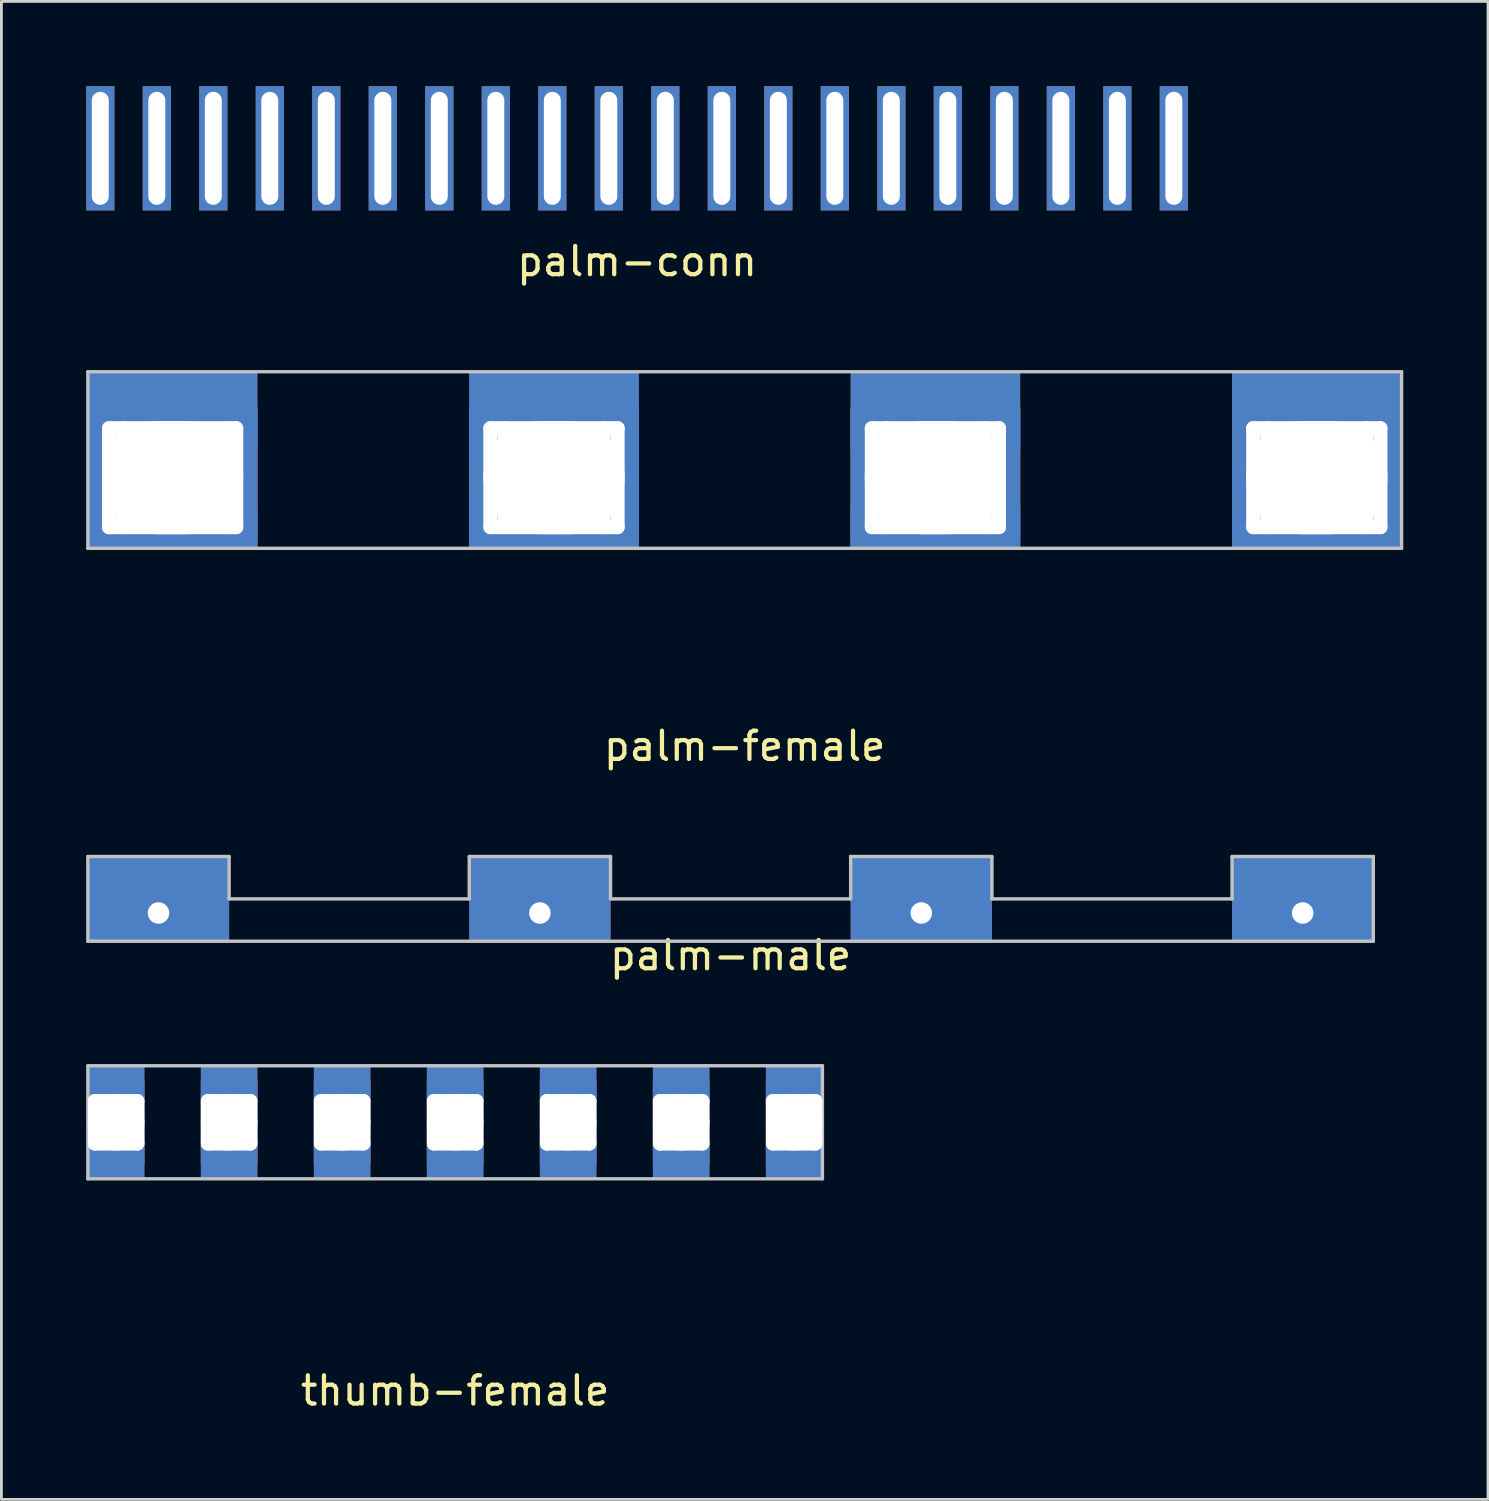
<source format=kicad_pcb>
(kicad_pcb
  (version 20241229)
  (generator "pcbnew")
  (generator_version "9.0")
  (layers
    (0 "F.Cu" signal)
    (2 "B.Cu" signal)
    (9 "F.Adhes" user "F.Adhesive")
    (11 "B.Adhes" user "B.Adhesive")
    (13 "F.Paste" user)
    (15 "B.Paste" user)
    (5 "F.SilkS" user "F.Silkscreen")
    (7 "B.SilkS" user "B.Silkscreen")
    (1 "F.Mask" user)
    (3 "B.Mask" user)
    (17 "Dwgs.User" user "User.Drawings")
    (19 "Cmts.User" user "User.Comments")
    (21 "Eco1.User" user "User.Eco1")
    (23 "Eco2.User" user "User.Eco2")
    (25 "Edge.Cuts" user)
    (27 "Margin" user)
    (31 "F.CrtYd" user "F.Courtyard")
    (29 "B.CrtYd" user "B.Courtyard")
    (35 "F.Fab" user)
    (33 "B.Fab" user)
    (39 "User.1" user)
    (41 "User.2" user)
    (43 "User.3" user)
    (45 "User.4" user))
  (footprint "palm-female"
    (layer "F.Cu")
    (at 23.31 13.858)
    (property "Reference" "palm-female" (at 0 9.5 0) (layer "F.SilkS") (effects (font (size 1 1) (thickness 0.15))))
    (attr through_hole)
    (fp_line (start -23.25 -3.75) (end 23.25 -3.75) (stroke (width 0.12) (type solid)) (layer "Dwgs.User"))
    (fp_line (start -23.25 2.5) (end -23.25 -3.75) (stroke (width 0.12) (type solid)) (layer "Dwgs.User"))
    (fp_line (start 23.25 -3.75) (end 23.25 2.5) (stroke (width 0.12) (type solid)) (layer "Dwgs.User"))
    (fp_line (start 23.25 2.5) (end -23.25 2.5) (stroke (width 0.12) (type solid)) (layer "Dwgs.User"))
    (pad "1" thru_hole rect (at -22.5 0 90) (size 5 1.5) (drill oval 4 0.5) (layers "*.Cu" "*.Mask"))
    (pad "1" thru_hole rect (at -22 0 90) (size 5 1.5) (drill oval 4 0.5) (layers "*.Cu" "*.Mask"))
    (pad "1" thru_hole rect (at -20.25 -1.75) (size 6 1.5) (drill oval 5 0.5) (layers "*.Cu" "*.Mask"))
    (pad "1" thru_hole rect (at -20.25 0) (size 6 6) (drill oval 5 4 (offset 0 -0.75)) (layers "*.Cu" "*.Mask"))
    (pad "1" thru_hole rect (at -20.25 1.75) (size 6 1.5) (drill oval 5 0.5) (layers "*.Cu" "*.Mask"))
    (pad "1" thru_hole rect (at -18.25 0 90) (size 5 1.5) (drill oval 4 0.5) (layers "*.Cu" "*.Mask"))
    (pad "1" thru_hole rect (at -18 0 90) (size 5 1.5) (drill oval 4 0.5) (layers "*.Cu" "*.Mask"))
    (pad "2" thru_hole rect (at -9 0 90) (size 5 1.5) (drill oval 4 0.5) (layers "*.Cu" "*.Mask"))
    (pad "2" thru_hole rect (at -8.5 0 90) (size 5 1.5) (drill oval 4 0.5) (layers "*.Cu" "*.Mask"))
    (pad "2" thru_hole rect (at -6.75 -1.75) (size 6 1.5) (drill oval 5 0.5) (layers "*.Cu" "*.Mask"))
    (pad "2" thru_hole rect (at -6.75 0) (size 6 6) (drill oval 5 4 (offset 0 -0.75)) (layers "*.Cu" "*.Mask"))
    (pad "2" thru_hole rect (at -6.75 1.75) (size 6 1.5) (drill oval 5 0.5) (layers "*.Cu" "*.Mask"))
    (pad "2" thru_hole rect (at -5 0 90) (size 5 1.5) (drill oval 4 0.5) (layers "*.Cu" "*.Mask"))
    (pad "2" thru_hole rect (at -4.5 0 90) (size 5 1.5) (drill oval 4 0.5) (layers "*.Cu" "*.Mask"))
    (pad "3" thru_hole rect (at 4.5 0 90) (size 5 1.5) (drill oval 4 0.5) (layers "*.Cu" "*.Mask"))
    (pad "3" thru_hole rect (at 5 0 90) (size 5 1.5) (drill oval 4 0.5) (layers "*.Cu" "*.Mask"))
    (pad "3" thru_hole rect (at 6.75 -1.75) (size 6 1.5) (drill oval 5 0.5) (layers "*.Cu" "*.Mask"))
    (pad "3" thru_hole rect (at 6.75 0) (size 6 6) (drill oval 5 4 (offset 0 -0.75)) (layers "*.Cu" "*.Mask"))
    (pad "3" thru_hole rect (at 6.75 1.75) (size 6 1.5) (drill oval 5 0.5) (layers "*.Cu" "*.Mask"))
    (pad "3" thru_hole rect (at 8.5 0 90) (size 5 1.5) (drill oval 4 0.5) (layers "*.Cu" "*.Mask"))
    (pad "3" thru_hole rect (at 9 0 90) (size 5 1.5) (drill oval 4 0.5) (layers "*.Cu" "*.Mask"))
    (pad "4" thru_hole rect (at 18 0 90) (size 5 1.5) (drill oval 4 0.5) (layers "*.Cu" "*.Mask"))
    (pad "4" thru_hole rect (at 18.5 0 90) (size 5 1.5) (drill oval 4 0.5) (layers "*.Cu" "*.Mask"))
    (pad "4" thru_hole rect (at 20.25 -1.75) (size 6 1.5) (drill oval 5 0.5) (layers "*.Cu" "*.Mask"))
    (pad "4" thru_hole rect (at 20.25 0) (size 6 6) (drill oval 5 4 (offset 0 -0.75)) (layers "*.Cu" "*.Mask"))
    (pad "4" thru_hole rect (at 20.25 1.75) (size 6 1.5) (drill oval 5 0.5) (layers "*.Cu" "*.Mask"))
    (pad "4" thru_hole rect (at 22 0 90) (size 5 1.5) (drill oval 4 0.5) (layers "*.Cu" "*.Mask"))
    (pad "4" thru_hole rect (at 22.5 0 90) (size 5 1.5) (drill oval 4 0.5) (layers "*.Cu" "*.Mask")))
  (footprint "thumb-female"
    (layer "F.Cu")
    (at 13.06 36.675)
    (property "Reference" "thumb-female" (at 0 9.5 0) (layer "F.SilkS") (effects (font (size 1 1) (thickness 0.15))))
    (attr through_hole)
    (fp_line (start -13 -2) (end 13 -2) (stroke (width 0.12) (type solid)) (layer "Dwgs.User"))
    (fp_line (start -13 2) (end -13 -2) (stroke (width 0.12) (type solid)) (layer "Dwgs.User"))
    (fp_line (start 13 -2) (end 13 2) (stroke (width 0.12) (type solid)) (layer "Dwgs.User"))
    (fp_line (start 13 2) (end -13 2) (stroke (width 0.12) (type solid)) (layer "Dwgs.User"))
    (pad "1" thru_hole rect (at -12.75 0 270) (size 2 1) (drill oval 2 0.5 (offset 0 -0.25)) (layers "*.Cu" "*.Mask"))
    (pad "1" thru_hole rect (at -12 -0.75 180) (size 2 1.5) (drill oval 2 0.5) (layers "*.Cu" "*.Mask"))
    (pad "1" thru_hole rect (at -12 0) (size 2 4) (drill oval 2) (layers "*.Cu" "*.Mask"))
    (pad "1" thru_hole rect (at -12 0.75 180) (size 2 1.5) (drill oval 2 0.5) (layers "*.Cu" "*.Mask"))
    (pad "1" thru_hole rect (at -11.25 0 90) (size 2 1) (drill oval 2 0.5 (offset 0 -0.25)) (layers "*.Cu" "*.Mask"))
    (pad "2" thru_hole rect (at -8.75 0 270) (size 2 1) (drill oval 2 0.5 (offset 0 -0.25)) (layers "*.Cu" "*.Mask"))
    (pad "2" thru_hole rect (at -8 -0.75 180) (size 2 1.5) (drill oval 2 0.5) (layers "*.Cu" "*.Mask"))
    (pad "2" thru_hole rect (at -8 0) (size 2 4) (drill oval 2) (layers "*.Cu" "*.Mask"))
    (pad "2" thru_hole rect (at -8 0.75 180) (size 2 1.5) (drill oval 2 0.5) (layers "*.Cu" "*.Mask"))
    (pad "2" thru_hole rect (at -7.25 0 90) (size 2 1) (drill oval 2 0.5 (offset 0 -0.25)) (layers "*.Cu" "*.Mask"))
    (pad "3" thru_hole rect (at -4.75 0 270) (size 2 1) (drill oval 2 0.5 (offset 0 -0.25)) (layers "*.Cu" "*.Mask"))
    (pad "3" thru_hole rect (at -4 -0.75 180) (size 2 1.5) (drill oval 2 0.5) (layers "*.Cu" "*.Mask"))
    (pad "3" thru_hole rect (at -4 0) (size 2 4) (drill oval 2) (layers "*.Cu" "*.Mask"))
    (pad "3" thru_hole rect (at -4 0.75 180) (size 2 1.5) (drill oval 2 0.5) (layers "*.Cu" "*.Mask"))
    (pad "3" thru_hole rect (at -3.25 0 90) (size 2 1) (drill oval 2 0.5 (offset 0 -0.25)) (layers "*.Cu" "*.Mask"))
    (pad "4" thru_hole rect (at -0.75 0 270) (size 2 1) (drill oval 2 0.5 (offset 0 -0.25)) (layers "*.Cu" "*.Mask"))
    (pad "4" thru_hole rect (at 0 -0.75 180) (size 2 1.5) (drill oval 2 0.5) (layers "*.Cu" "*.Mask"))
    (pad "4" thru_hole rect (at 0 0) (size 2 4) (drill oval 2) (layers "*.Cu" "*.Mask"))
    (pad "4" thru_hole rect (at 0 0.75 180) (size 2 1.5) (drill oval 2 0.5) (layers "*.Cu" "*.Mask"))
    (pad "4" thru_hole rect (at 0.75 0 90) (size 2 1) (drill oval 2 0.5 (offset 0 -0.25)) (layers "*.Cu" "*.Mask"))
    (pad "5" thru_hole rect (at 3.25 0 270) (size 2 1) (drill oval 2 0.5 (offset 0 -0.25)) (layers "*.Cu" "*.Mask"))
    (pad "5" thru_hole rect (at 4 -0.75 180) (size 2 1.5) (drill oval 2 0.5) (layers "*.Cu" "*.Mask"))
    (pad "5" thru_hole rect (at 4 0) (size 2 4) (drill oval 2) (layers "*.Cu" "*.Mask"))
    (pad "5" thru_hole rect (at 4 0.75 180) (size 2 1.5) (drill oval 2 0.5) (layers "*.Cu" "*.Mask"))
    (pad "5" thru_hole rect (at 4.75 0 90) (size 2 1) (drill oval 2 0.5 (offset 0 -0.25)) (layers "*.Cu" "*.Mask"))
    (pad "6" thru_hole rect (at 7.25 0 270) (size 2 1) (drill oval 2 0.5 (offset 0 -0.25)) (layers "*.Cu" "*.Mask"))
    (pad "6" thru_hole rect (at 8 -0.75 180) (size 2 1.5) (drill oval 2 0.5) (layers "*.Cu" "*.Mask"))
    (pad "6" thru_hole rect (at 8 0) (size 2 4) (drill oval 2) (layers "*.Cu" "*.Mask"))
    (pad "6" thru_hole rect (at 8 0.75 180) (size 2 1.5) (drill oval 2 0.5) (layers "*.Cu" "*.Mask"))
    (pad "6" thru_hole rect (at 8.75 0 90) (size 2 1) (drill oval 2 0.5 (offset 0 -0.25)) (layers "*.Cu" "*.Mask"))
    (pad "7" thru_hole rect (at 11.25 0 270) (size 2 1) (drill oval 2 0.5 (offset 0 -0.25)) (layers "*.Cu" "*.Mask"))
    (pad "7" thru_hole rect (at 12 -0.75 180) (size 2 1.5) (drill oval 2 0.5) (layers "*.Cu" "*.Mask"))
    (pad "7" thru_hole rect (at 12 0) (size 2 4) (drill oval 2) (layers "*.Cu" "*.Mask"))
    (pad "7" thru_hole rect (at 12 0.75 180) (size 2 1.5) (drill oval 2 0.5) (layers "*.Cu" "*.Mask"))
    (pad "7" thru_hole rect (at 12.75 0 90) (size 2 1) (drill oval 2 0.5 (offset 0 -0.25)) (layers "*.Cu" "*.Mask")))
  (footprint "palm-male"
    (layer "F.Cu")
    (at 22.81 28.767)
    (property "Reference" "palm-male" (at 0 2 0) (layer "F.SilkS") (effects (font (size 1 1) (thickness 0.15))))
    (attr through_hole)
    (fp_line (start -22.75 -1.5) (end -17.75 -1.5) (stroke (width 0.12) (type solid)) (layer "Dwgs.User"))
    (fp_line (start -22.75 1.5) (end -22.75 -1.5) (stroke (width 0.12) (type solid)) (layer "Dwgs.User"))
    (fp_line (start -17.75 -1.5) (end -17.75 0) (stroke (width 0.12) (type solid)) (layer "Dwgs.User"))
    (fp_line (start -17.75 0) (end -9.25 0) (stroke (width 0.12) (type solid)) (layer "Dwgs.User"))
    (fp_line (start -9.25 -1.5) (end -4.25 -1.5) (stroke (width 0.12) (type solid)) (layer "Dwgs.User"))
    (fp_line (start -9.25 0) (end -9.25 -1.5) (stroke (width 0.12) (type solid)) (layer "Dwgs.User"))
    (fp_line (start -4.25 -1.5) (end -4.25 0) (stroke (width 0.12) (type solid)) (layer "Dwgs.User"))
    (fp_line (start -4.25 0) (end 4.25 0) (stroke (width 0.12) (type solid)) (layer "Dwgs.User"))
    (fp_line (start 4.25 -1.5) (end 9.25 -1.5) (stroke (width 0.12) (type solid)) (layer "Dwgs.User"))
    (fp_line (start 4.25 0) (end 4.25 -1.5) (stroke (width 0.12) (type solid)) (layer "Dwgs.User"))
    (fp_line (start 9.25 -1.5) (end 9.25 0) (stroke (width 0.12) (type solid)) (layer "Dwgs.User"))
    (fp_line (start 9.25 0) (end 17.75 0) (stroke (width 0.12) (type solid)) (layer "Dwgs.User"))
    (fp_line (start 17.75 -1.5) (end 22.75 -1.5) (stroke (width 0.12) (type solid)) (layer "Dwgs.User"))
    (fp_line (start 17.75 0) (end 17.75 -1.5) (stroke (width 0.12) (type solid)) (layer "Dwgs.User"))
    (fp_line (start 22.75 -1.5) (end 22.75 1.5) (stroke (width 0.12) (type solid)) (layer "Dwgs.User"))
    (fp_line (start 22.75 1.5) (end -22.75 1.5) (stroke (width 0.12) (type solid)) (layer "Dwgs.User"))
    (pad "1" thru_hole rect (at -20.25 0.5) (size 5 3) (drill 0.762 (offset 0 -0.5)) (layers "*.Cu" "*.Mask"))
    (pad "2" thru_hole rect (at -6.75 0.5) (size 5 3) (drill 0.762 (offset 0 -0.5)) (layers "*.Cu" "*.Mask"))
    (pad "3" thru_hole rect (at 6.75 0.5) (size 5 3) (drill 0.762 (offset 0 -0.5)) (layers "*.Cu" "*.Mask"))
    (pad "4" thru_hole rect (at 20.25 0.5) (size 5 3) (drill 0.762 (offset 0 -0.5)) (layers "*.Cu" "*.Mask")))
  (footprint "palm-conn"
    (layer "F.Cu")
    (at 19.5 2.2)
    (property "Reference" "palm-conn" (at 0 4 0) (layer "F.SilkS") (effects (font (size 1 1) (thickness 0.15))))
    (attr through_hole)
    (pad "1" thru_hole rect (at -19 0) (size 1 4.4) (drill oval 0.6 4) (layers "*.Cu" "*.Mask"))
    (pad "2" thru_hole rect (at -17 0) (size 1 4.4) (drill oval 0.6 4) (layers "*.Cu" "*.Mask"))
    (pad "3" thru_hole rect (at -15 0) (size 1 4.4) (drill oval 0.6 4) (layers "*.Cu" "*.Mask"))
    (pad "4" thru_hole rect (at -13 0) (size 1 4.4) (drill oval 0.6 4) (layers "*.Cu" "*.Mask"))
    (pad "5" thru_hole rect (at -11 0) (size 1 4.4) (drill oval 0.6 4) (layers "*.Cu" "*.Mask"))
    (pad "6" thru_hole rect (at -9 0) (size 1 4.4) (drill oval 0.6 4) (layers "*.Cu" "*.Mask"))
    (pad "7" thru_hole rect (at -7 0) (size 1 4.4) (drill oval 0.6 4) (layers "*.Cu" "*.Mask"))
    (pad "8" thru_hole rect (at -5 0) (size 1 4.4) (drill oval 0.6 4) (layers "*.Cu" "*.Mask"))
    (pad "9" thru_hole rect (at -3 0) (size 1 4.4) (drill oval 0.6 4) (layers "*.Cu" "*.Mask"))
    (pad "10" thru_hole rect (at -1 0) (size 1 4.4) (drill oval 0.6 4) (layers "*.Cu" "*.Mask"))
    (pad "11" thru_hole rect (at 1 0) (size 1 4.4) (drill oval 0.6 4) (layers "*.Cu" "*.Mask"))
    (pad "12" thru_hole rect (at 3 0) (size 1 4.4) (drill oval 0.6 4) (layers "*.Cu" "*.Mask"))
    (pad "13" thru_hole rect (at 5 0) (size 1 4.4) (drill oval 0.6 4) (layers "*.Cu" "*.Mask"))
    (pad "14" thru_hole rect (at 7 0) (size 1 4.4) (drill oval 0.6 4) (layers "*.Cu" "*.Mask"))
    (pad "15" thru_hole rect (at 9 0) (size 1 4.4) (drill oval 0.6 4) (layers "*.Cu" "*.Mask"))
    (pad "16" thru_hole rect (at 11 0) (size 1 4.4) (drill oval 0.6 4) (layers "*.Cu" "*.Mask"))
    (pad "17" thru_hole rect (at 13 0) (size 1 4.4) (drill oval 0.6 4) (layers "*.Cu" "*.Mask"))
    (pad "18" thru_hole rect (at 15 0) (size 1 4.4) (drill oval 0.6 4) (layers "*.Cu" "*.Mask"))
    (pad "19" thru_hole rect (at 17 0) (size 1 4.4) (drill oval 0.6 4) (layers "*.Cu" "*.Mask"))
    (pad "20" thru_hole rect (at 19 0) (size 1 4.4) (drill oval 0.6 4) (layers "*.Cu" "*.Mask")))
  (gr_rect
    (start -3 -3)
    (end 49.62 50.023)
    (stroke (width 0.1) (type default))
    (fill no)
    (layer "Edge.Cuts")))
</source>
